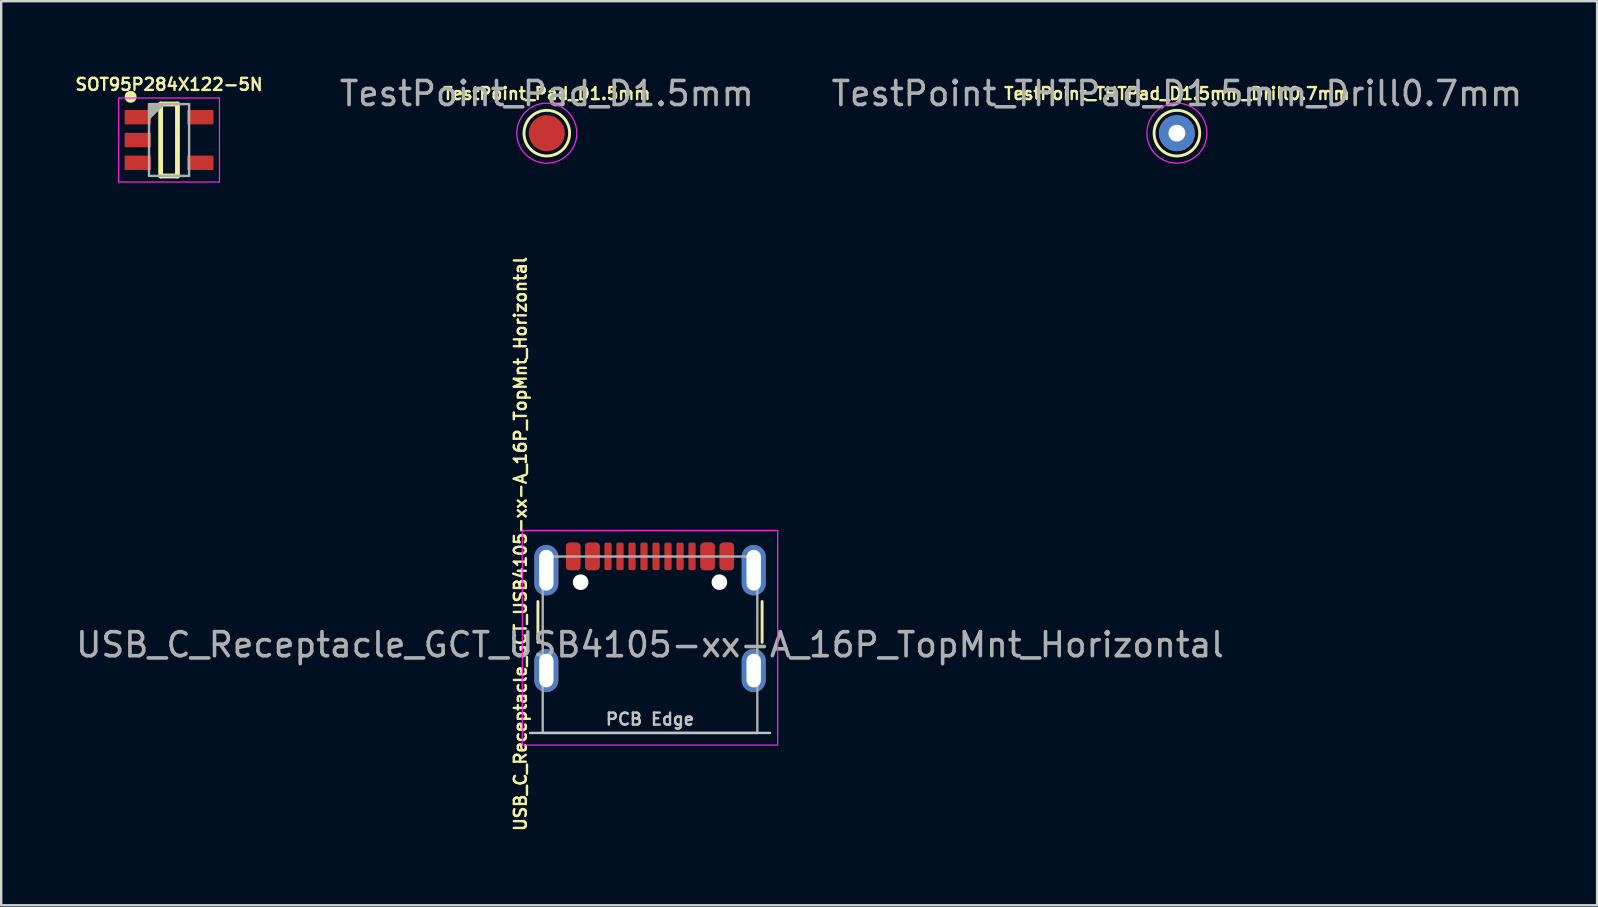
<source format=kicad_pcb>
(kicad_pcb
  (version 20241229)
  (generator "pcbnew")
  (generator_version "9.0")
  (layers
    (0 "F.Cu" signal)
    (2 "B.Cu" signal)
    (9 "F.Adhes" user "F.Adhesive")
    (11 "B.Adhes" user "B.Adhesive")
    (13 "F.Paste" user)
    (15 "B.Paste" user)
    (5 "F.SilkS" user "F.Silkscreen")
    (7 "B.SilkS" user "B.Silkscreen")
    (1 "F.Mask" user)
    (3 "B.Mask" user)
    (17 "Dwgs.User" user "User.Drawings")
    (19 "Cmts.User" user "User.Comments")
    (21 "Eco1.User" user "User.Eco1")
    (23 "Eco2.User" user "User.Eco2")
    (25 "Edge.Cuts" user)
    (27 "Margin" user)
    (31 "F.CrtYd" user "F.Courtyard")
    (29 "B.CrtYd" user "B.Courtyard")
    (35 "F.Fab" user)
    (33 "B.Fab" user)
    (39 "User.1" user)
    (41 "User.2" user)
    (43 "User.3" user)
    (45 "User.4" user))
  (footprint "USB_C_Receptacle_GCT_USB4105-xx-A_16P_TopMnt_Horizontal"
    (layer "F.Cu")
    (at 24.03 23.81)
    (property "Reference" "USB_C_Receptacle_GCT_USB4105-xx-A_16P_TopMnt_Horizontal" (at -5.4 -4.2 90) (unlocked yes) (layer "F.SilkS") (effects (font (size 0.5 0.5) (thickness 0.1))))
    (attr smd)
    (fp_line (start -4.67 -0.1) (end -4.67 -1.8) (stroke (width 0.12) (type solid)) (layer "F.SilkS"))
    (fp_line (start 4.67 -0.1) (end 4.67 -1.8) (stroke (width 0.12) (type solid)) (layer "F.SilkS"))
    (fp_line (start 5 3.675) (end -5 3.675) (stroke (width 0.1) (type solid)) (layer "Dwgs.User"))
    (fp_rect (start -5.32 -4.76) (end 5.32 4.18) (stroke (width 0.05) (type solid)) (fill no) (layer "F.CrtYd"))
    (fp_rect (start -4.47 -3.675) (end 4.47 3.675) (stroke (width 0.1) (type solid)) (fill no) (layer "F.Fab"))
    (fp_text user "PCB Edge" (at 0 3.1 0) (unlocked yes) (layer "Dwgs.User") (effects (font (size 0.5 0.5) (thickness 0.1))))
    (fp_text user "${REFERENCE}" (at 0 0 0) (unlocked yes) (layer "F.Fab") (effects (font (size 1 1) (thickness 0.15))))
    (pad "" np_thru_hole circle (at -2.89 -2.605) (size 0.65 0.65) (drill 0.65) (layers "*.Cu" "*.Mask"))
    (pad "" np_thru_hole circle (at 2.89 -2.605) (size 0.65 0.65) (drill 0.65) (layers "*.Cu" "*.Mask"))
    (pad "A1" smd roundrect (at -3.2 -3.68) (size 0.6 1.15) (layers "F.Cu" "F.Mask" "F.Paste") (roundrect_rratio 0.25))
    (pad "A4" smd roundrect (at -2.4 -3.68) (size 0.6 1.15) (layers "F.Cu" "F.Mask" "F.Paste") (roundrect_rratio 0.25))
    (pad "A5" smd roundrect (at -1.25 -3.68) (size 0.3 1.15) (layers "F.Cu" "F.Mask" "F.Paste") (roundrect_rratio 0.25))
    (pad "A6" smd roundrect (at -0.25 -3.68) (size 0.3 1.15) (layers "F.Cu" "F.Mask" "F.Paste") (roundrect_rratio 0.25))
    (pad "A7" smd roundrect (at 0.25 -3.68) (size 0.3 1.15) (layers "F.Cu" "F.Mask" "F.Paste") (roundrect_rratio 0.25))
    (pad "A8" smd roundrect (at 1.25 -3.68) (size 0.3 1.15) (layers "F.Cu" "F.Mask" "F.Paste") (roundrect_rratio 0.25))
    (pad "A9" smd roundrect (at 2.4 -3.68) (size 0.6 1.15) (layers "F.Cu" "F.Mask" "F.Paste") (roundrect_rratio 0.25))
    (pad "A12" smd roundrect (at 3.2 -3.68) (size 0.6 1.15) (layers "F.Cu" "F.Mask" "F.Paste") (roundrect_rratio 0.25))
    (pad "B1" smd roundrect (at 3.2 -3.68) (size 0.6 1.15) (layers "F.Cu" "F.Mask" "F.Paste") (roundrect_rratio 0.25))
    (pad "B4" smd roundrect (at 2.4 -3.68) (size 0.6 1.15) (layers "F.Cu" "F.Mask" "F.Paste") (roundrect_rratio 0.25))
    (pad "B5" smd roundrect (at 1.75 -3.68) (size 0.3 1.15) (layers "F.Cu" "F.Mask" "F.Paste") (roundrect_rratio 0.25))
    (pad "B6" smd roundrect (at 0.75 -3.68) (size 0.3 1.15) (layers "F.Cu" "F.Mask" "F.Paste") (roundrect_rratio 0.25))
    (pad "B7" smd roundrect (at -0.75 -3.68) (size 0.3 1.15) (layers "F.Cu" "F.Mask" "F.Paste") (roundrect_rratio 0.25))
    (pad "B8" smd roundrect (at -1.75 -3.68) (size 0.3 1.15) (layers "F.Cu" "F.Mask" "F.Paste") (roundrect_rratio 0.25))
    (pad "B9" smd roundrect (at -2.4 -3.68) (size 0.6 1.15) (layers "F.Cu" "F.Mask" "F.Paste") (roundrect_rratio 0.25))
    (pad "B12" smd roundrect (at -3.2 -3.68) (size 0.6 1.15) (layers "F.Cu" "F.Mask" "F.Paste") (roundrect_rratio 0.25))
    (pad "S1" thru_hole oval (at -4.32 -3.105) (size 1 2.1) (drill oval 0.6 1.7) (layers "*.Cu" "*.Mask" "F.Paste"))
    (pad "S1" thru_hole oval (at -4.32 1.075) (size 1 1.8) (drill oval 0.6 1.4) (layers "*.Cu" "*.Mask" "F.Paste"))
    (pad "S1" thru_hole oval (at 4.32 -3.105) (size 1 2.1) (drill oval 0.6 1.7) (layers "*.Cu" "*.Mask" "F.Paste"))
    (pad "S1" thru_hole oval (at 4.32 1.075) (size 1 1.8) (drill oval 0.6 1.4) (layers "*.Cu" "*.Mask" "F.Paste")))
  (footprint "TestPoint_Pad_D1.5mm"
    (layer "F.Cu")
    (at 19.73 2.498)
    (property "Reference" "TestPoint_Pad_D1.5mm" (at 0 -1.648 0) (layer "F.SilkS") (effects (font (size 0.5 0.5) (thickness 0.1))))
    (attr exclude_from_pos_files)
    (fp_circle (center 0 0) (end 0 0.95) (stroke (width 0.12) (type solid)) (fill no) (layer "F.SilkS"))
    (fp_circle (center 0 0) (end 1.25 0) (stroke (width 0.05) (type solid)) (fill no) (layer "F.CrtYd"))
    (fp_text user "${REFERENCE}" (at 0 -1.65 0) (layer "F.Fab") (effects (font (size 1 1) (thickness 0.15))))
    (pad "1" smd circle (at 0 0 180) (size 1.5 1.5) (layers "F.Cu" "F.Mask")))
  (footprint "TestPoint_THTPad_D1.5mm_Drill0.7mm"
    (layer "F.Cu")
    (at 45.98 2.498)
    (property "Reference" "TestPoint_THTPad_D1.5mm_Drill0.7mm" (at 0 -1.648 0) (layer "F.SilkS") (effects (font (size 0.5 0.5) (thickness 0.1))))
    (attr exclude_from_pos_files)
    (fp_circle (center 0 0) (end 0 0.95) (stroke (width 0.12) (type solid)) (fill no) (layer "F.SilkS"))
    (fp_circle (center 0 0) (end 1.25 0) (stroke (width 0.05) (type solid)) (fill no) (layer "F.CrtYd"))
    (fp_text user "${REFERENCE}" (at 0 -1.65 0) (layer "F.Fab") (effects (font (size 1 1) (thickness 0.15))))
    (pad "1" thru_hole circle (at 0 0) (size 1.5 1.5) (drill 0.7) (layers "*.Cu" "*.Mask")))
  (footprint "SOT95P284X122-5N"
    (layer "F.Cu")
    (at 3.993 2.783)
    (property "Reference" "SOT95P284X122-5N" (at 0 -2.315 0) (layer "F.SilkS") (effects (font (size 0.5 0.5) (thickness 0.1))))
    (attr smd)
    (fp_line (start -0.35 -1.5) (end 0.35 -1.5) (stroke (width 0.2) (type solid)) (layer "F.SilkS"))
    (fp_line (start -0.35 1.5) (end -0.35 -1.5) (stroke (width 0.2) (type solid)) (layer "F.SilkS"))
    (fp_line (start -0.35 1.5) (end 0.35 1.5) (stroke (width 0.2) (type solid)) (layer "F.SilkS"))
    (fp_line (start 0.35 1.5) (end 0.35 -1.5) (stroke (width 0.2) (type solid)) (layer "F.SilkS"))
    (fp_circle (center -1.6 -1.8) (end -1.475 -1.8) (stroke (width 0.25) (type solid)) (fill no) (layer "F.SilkS"))
    (fp_line (start -2.1 -1.75) (end 2.1 -1.75) (stroke (width 0.05) (type solid)) (layer "F.CrtYd"))
    (fp_line (start -2.1 1.75) (end -2.1 -1.75) (stroke (width 0.05) (type solid)) (layer "F.CrtYd"))
    (fp_line (start -2.1 1.75) (end 2.1 1.75) (stroke (width 0.05) (type solid)) (layer "F.CrtYd"))
    (fp_line (start 2.1 1.75) (end 2.1 -1.75) (stroke (width 0.05) (type solid)) (layer "F.CrtYd"))
    (fp_line (start -0.835 -1.495) (end 0.835 -1.495) (stroke (width 0.1) (type solid)) (layer "F.Fab"))
    (fp_line (start -0.835 -1.395) (end -0.735 -1.495) (stroke (width 0.1) (type solid)) (layer "F.Fab"))
    (fp_line (start -0.835 -1.295) (end -0.635 -1.495) (stroke (width 0.1) (type solid)) (layer "F.Fab"))
    (fp_line (start -0.835 -1.195) (end -0.535 -1.495) (stroke (width 0.1) (type solid)) (layer "F.Fab"))
    (fp_line (start -0.835 -1.095) (end -0.435 -1.495) (stroke (width 0.1) (type solid)) (layer "F.Fab"))
    (fp_line (start -0.835 -0.995) (end -0.335 -1.495) (stroke (width 0.1) (type solid)) (layer "F.Fab"))
    (fp_line (start -0.835 -0.895) (end -0.235 -1.495) (stroke (width 0.1) (type solid)) (layer "F.Fab"))
    (fp_line (start -0.835 1.495) (end -0.835 -1.495) (stroke (width 0.1) (type solid)) (layer "F.Fab"))
    (fp_line (start -0.835 1.495) (end 0.835 1.495) (stroke (width 0.1) (type solid)) (layer "F.Fab"))
    (fp_line (start 0.835 1.495) (end 0.835 -1.495) (stroke (width 0.1) (type solid)) (layer "F.Fab"))
    (pad "1" smd rect (at -1.3 -0.95) (size 1.1 0.6) (layers "F.Cu" "F.Mask" "F.Paste"))
    (pad "2" smd rect (at -1.3 0) (size 1.1 0.6) (layers "F.Cu" "F.Mask" "F.Paste"))
    (pad "3" smd rect (at -1.3 0.95) (size 1.1 0.6) (layers "F.Cu" "F.Mask" "F.Paste"))
    (pad "4" smd rect (at 1.3 0.95) (size 1.1 0.6) (layers "F.Cu" "F.Mask" "F.Paste"))
    (pad "5" smd rect (at 1.3 -0.95) (size 1.1 0.6) (layers "F.Cu" "F.Mask" "F.Paste")))
  (gr_rect
    (start -3 -3)
    (end 63.486 34.663)
    (stroke (width 0.1) (type default))
    (fill no)
    (layer "Edge.Cuts")))
</source>
